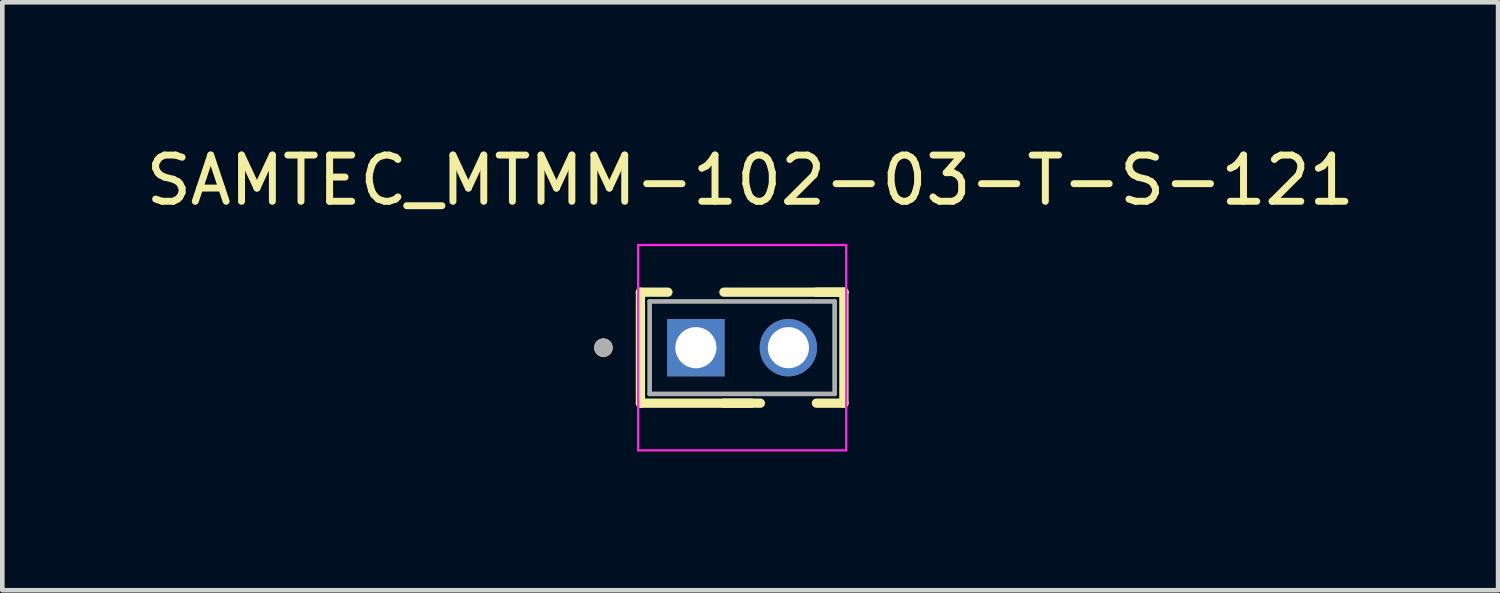
<source format=kicad_pcb>
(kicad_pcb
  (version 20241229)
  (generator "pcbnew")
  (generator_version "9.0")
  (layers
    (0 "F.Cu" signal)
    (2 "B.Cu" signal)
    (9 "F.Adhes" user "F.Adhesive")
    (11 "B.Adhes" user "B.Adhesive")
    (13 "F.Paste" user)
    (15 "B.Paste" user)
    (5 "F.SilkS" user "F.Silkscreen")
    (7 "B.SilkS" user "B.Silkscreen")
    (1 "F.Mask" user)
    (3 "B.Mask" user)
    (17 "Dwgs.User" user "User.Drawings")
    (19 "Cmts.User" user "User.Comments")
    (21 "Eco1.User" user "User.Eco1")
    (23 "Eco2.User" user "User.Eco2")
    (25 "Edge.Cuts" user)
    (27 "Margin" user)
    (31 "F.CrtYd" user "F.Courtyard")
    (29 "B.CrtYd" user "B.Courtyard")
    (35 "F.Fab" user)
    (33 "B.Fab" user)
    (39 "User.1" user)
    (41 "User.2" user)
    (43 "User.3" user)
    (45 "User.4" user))
  (footprint "SAMTEC_MTMM-102-03-T-S-121"
    (layer "F.Cu")
    (at 11.998 4.468)
    (property "Reference" "SAMTEC_MTMM-102-03-T-S-121" (at 1.175 -3.62 0) (layer "F.SilkS") (effects (font (size 1 1) (thickness 0.15))))
    (attr through_hole)
    (fp_line (start -1.2 -1.2) (end -1.2 1.2) (stroke (width 0.2) (type solid)) (layer "F.SilkS"))
    (fp_line (start -1.2 -1.2) (end -0.605 -1.2) (stroke (width 0.2) (type solid)) (layer "F.SilkS"))
    (fp_line (start -1.2 1.2) (end 1.395 1.2) (stroke (width 0.2) (type solid)) (layer "F.SilkS"))
    (fp_line (start 0.605 -1.2) (end 3.2 -1.2) (stroke (width 0.2) (type solid)) (layer "F.SilkS"))
    (fp_line (start 0.605 1.2) (end 1.2 1.2) (stroke (width 0.2) (type solid)) (layer "F.SilkS"))
    (fp_line (start 2.605 -1.2) (end 3.2 -1.2) (stroke (width 0.2) (type solid)) (layer "F.SilkS"))
    (fp_line (start 2.605 1.2) (end 3.2 1.2) (stroke (width 0.2) (type solid)) (layer "F.SilkS"))
    (fp_line (start 3.2 -1.2) (end 3.2 1.2) (stroke (width 0.2) (type solid)) (layer "F.SilkS"))
    (fp_circle (center -2 0) (end -1.9 0) (stroke (width 0.2) (type solid)) (fill no) (layer "F.SilkS"))
    (fp_poly (pts (xy 0.85 0.85) (xy 0.85 -0.85) (xy 0.385 -0.85) (xy 0.378 -0.85) (xy 0.371 -0.851) (xy 0.365 -0.852) (xy 0.358 -0.853) (xy 0.351 -0.854) (xy 0.345 -0.856) (xy 0.338 -0.859) (xy 0.332 -0.861) (xy 0.326 -0.864) (xy 0.32 -0.867) (xy 0.314 -0.871) (xy 0.309 -0.875) (xy 0.303 -0.879) (xy 0.298 -0.883) (xy 0.293 -0.888) (xy 0.288 -0.893) (xy 0.284 -0.898) (xy 0.28 -0.904) (xy 0.276 -0.909) (xy 0.272 -0.915) (xy 0.269 -0.921) (xy 0.266 -0.927) (xy 0.264 -0.933) (xy 0.261 -0.94) (xy 0.259 -0.946) (xy 0.258 -0.953) (xy 0.257 -0.96) (xy 0.256 -0.966) (xy 0.255 -0.973) (xy 0.255 -0.98) (xy 0.255 -1.97) (xy -0.255 -1.97) (xy -0.255 -0.98) (xy -0.255 -0.973) (xy -0.256 -0.966) (xy -0.257 -0.96) (xy -0.258 -0.953) (xy -0.259 -0.946) (xy -0.261 -0.94) (xy -0.264 -0.933) (xy -0.266 -0.927) (xy -0.269 -0.921) (xy -0.272 -0.915) (xy -0.276 -0.909) (xy -0.28 -0.904) (xy -0.284 -0.898) (xy -0.288 -0.893) (xy -0.293 -0.888) (xy -0.298 -0.883) (xy -0.303 -0.879) (xy -0.309 -0.875) (xy -0.314 -0.871) (xy -0.32 -0.867) (xy -0.326 -0.864) (xy -0.332 -0.861) (xy -0.338 -0.859) (xy -0.345 -0.856) (xy -0.351 -0.854) (xy -0.358 -0.853) (xy -0.365 -0.852) (xy -0.371 -0.851) (xy -0.378 -0.85) (xy -0.385 -0.85) (xy -0.85 -0.85) (xy -0.85 0.85) (xy 0.85 0.85)) (stroke (width 0.01) (type solid)) (fill yes) (layer "F.Paste"))
    (fp_poly (pts (xy 1.15 -0.85) (xy 1.15 0.85) (xy 1.615 0.85) (xy 1.622 0.85) (xy 1.629 0.851) (xy 1.635 0.852) (xy 1.642 0.853) (xy 1.649 0.854) (xy 1.655 0.856) (xy 1.662 0.859) (xy 1.668 0.861) (xy 1.674 0.864) (xy 1.68 0.867) (xy 1.686 0.871) (xy 1.691 0.875) (xy 1.697 0.879) (xy 1.702 0.883) (xy 1.707 0.888) (xy 1.712 0.893) (xy 1.716 0.898) (xy 1.72 0.904) (xy 1.724 0.909) (xy 1.728 0.915) (xy 1.731 0.921) (xy 1.734 0.927) (xy 1.736 0.933) (xy 1.739 0.94) (xy 1.741 0.946) (xy 1.742 0.953) (xy 1.743 0.96) (xy 1.744 0.966) (xy 1.745 0.973) (xy 1.745 0.98) (xy 1.745 1.97) (xy 2.255 1.97) (xy 2.255 0.98) (xy 2.255 0.973) (xy 2.256 0.966) (xy 2.257 0.96) (xy 2.258 0.953) (xy 2.259 0.946) (xy 2.261 0.94) (xy 2.264 0.933) (xy 2.266 0.927) (xy 2.269 0.921) (xy 2.272 0.915) (xy 2.276 0.909) (xy 2.28 0.904) (xy 2.284 0.898) (xy 2.288 0.893) (xy 2.293 0.888) (xy 2.298 0.883) (xy 2.303 0.879) (xy 2.309 0.875) (xy 2.314 0.871) (xy 2.32 0.867) (xy 2.326 0.864) (xy 2.332 0.861) (xy 2.338 0.859) (xy 2.345 0.856) (xy 2.351 0.854) (xy 2.358 0.853) (xy 2.365 0.852) (xy 2.371 0.851) (xy 2.378 0.85) (xy 2.385 0.85) (xy 2.85 0.85) (xy 2.85 -0.85) (xy 1.15 -0.85)) (stroke (width 0.01) (type solid)) (fill yes) (layer "F.Paste"))
    (fp_line (start -1.25 -2.22) (end 3.25 -2.22) (stroke (width 0.05) (type solid)) (layer "F.CrtYd"))
    (fp_line (start -1.25 2.22) (end -1.25 -2.22) (stroke (width 0.05) (type solid)) (layer "F.CrtYd"))
    (fp_line (start 3.25 -2.22) (end 3.25 2.22) (stroke (width 0.05) (type solid)) (layer "F.CrtYd"))
    (fp_line (start 3.25 2.22) (end -1.25 2.22) (stroke (width 0.05) (type solid)) (layer "F.CrtYd"))
    (fp_line (start -1 -1) (end 3 -1) (stroke (width 0.1) (type solid)) (layer "F.Fab"))
    (fp_line (start -1 1) (end -1 -1) (stroke (width 0.1) (type solid)) (layer "F.Fab"))
    (fp_line (start 3 -1) (end 3 1) (stroke (width 0.1) (type solid)) (layer "F.Fab"))
    (fp_line (start 3 1) (end -1 1) (stroke (width 0.1) (type solid)) (layer "F.Fab"))
    (fp_circle (center -2 0) (end -1.9 0) (stroke (width 0.2) (type solid)) (fill no) (layer "F.Fab"))
    (pad "01" thru_hole rect (at 0 0) (size 1.24 1.24) (drill 0.89) (layers "*.Cu" "*.Mask"))
    (pad "02" thru_hole circle (at 2 0) (size 1.24 1.24) (drill 0.89) (layers "*.Cu" "*.Mask")))
  (gr_rect
    (start -3 -3)
    (end 29.345 9.713)
    (stroke (width 0.1) (type default))
    (fill no)
    (layer "Edge.Cuts")))
</source>
